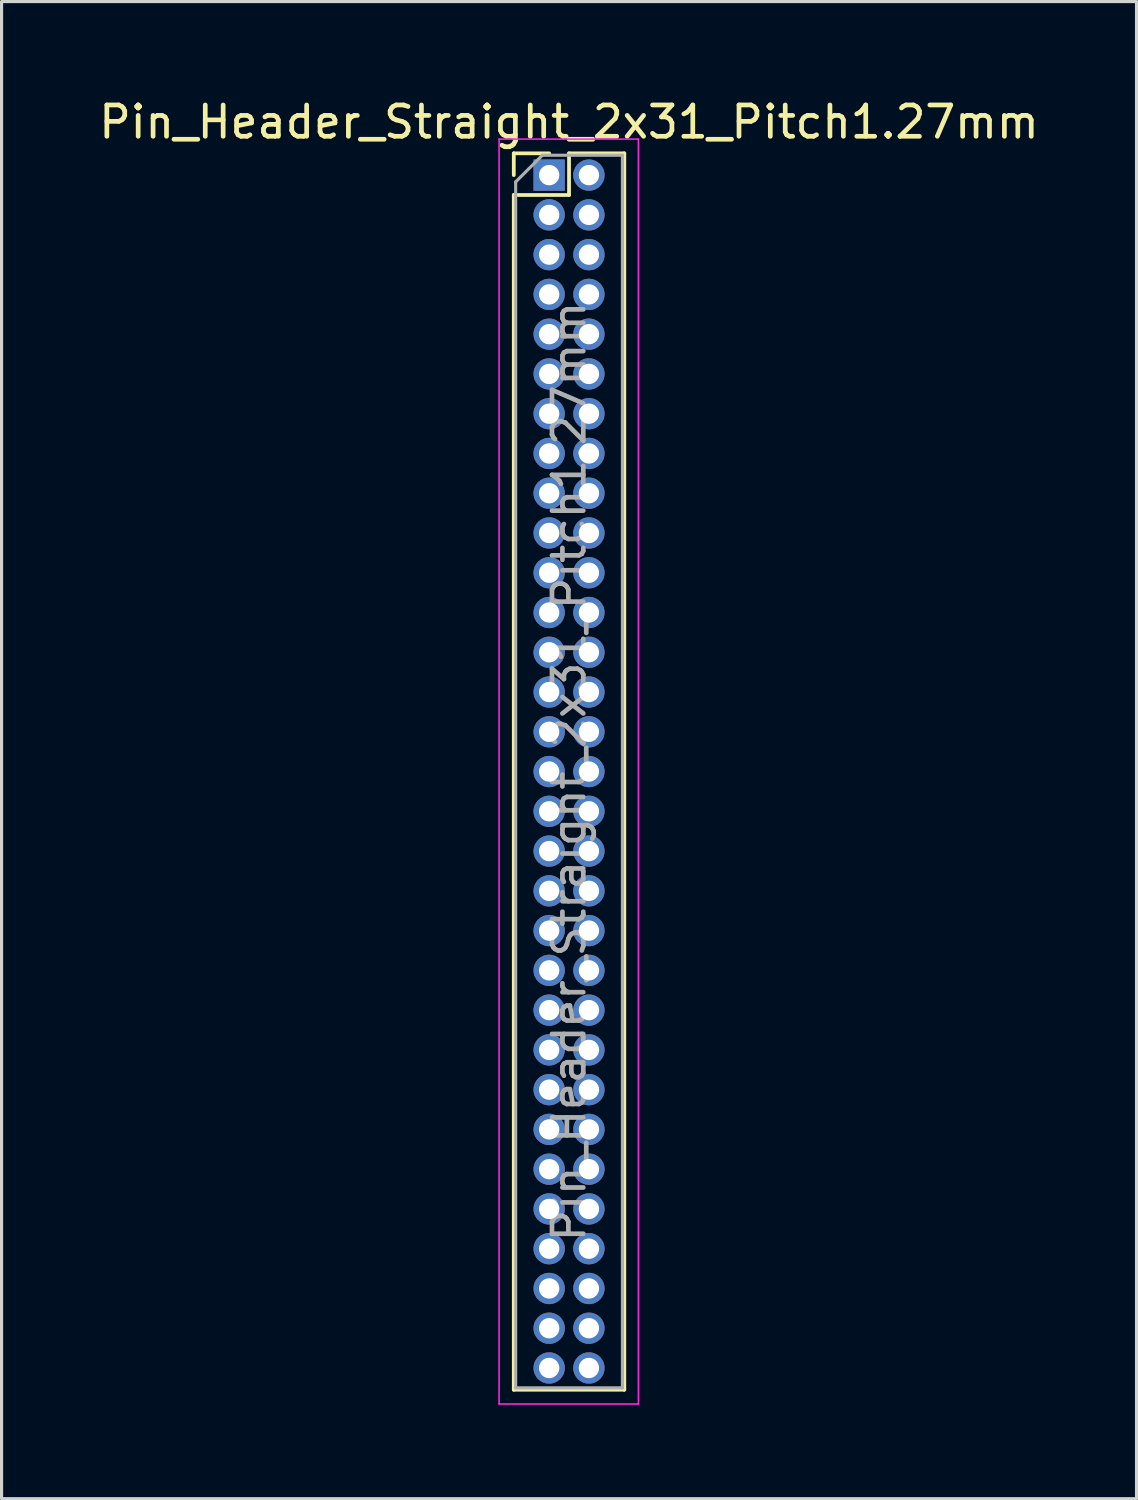
<source format=kicad_pcb>
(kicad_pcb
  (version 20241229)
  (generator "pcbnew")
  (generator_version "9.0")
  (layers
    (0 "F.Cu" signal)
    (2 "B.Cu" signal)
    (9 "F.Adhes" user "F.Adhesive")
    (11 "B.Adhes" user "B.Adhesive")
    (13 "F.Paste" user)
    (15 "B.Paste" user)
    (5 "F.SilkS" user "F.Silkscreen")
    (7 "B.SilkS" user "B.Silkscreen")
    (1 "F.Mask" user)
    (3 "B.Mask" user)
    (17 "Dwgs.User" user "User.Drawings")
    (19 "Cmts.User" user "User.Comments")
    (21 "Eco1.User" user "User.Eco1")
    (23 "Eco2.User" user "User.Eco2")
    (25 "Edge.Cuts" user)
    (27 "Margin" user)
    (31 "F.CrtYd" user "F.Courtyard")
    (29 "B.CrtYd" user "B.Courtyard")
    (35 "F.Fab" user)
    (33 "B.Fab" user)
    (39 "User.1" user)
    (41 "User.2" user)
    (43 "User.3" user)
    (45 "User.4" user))
  (footprint "Pin_Header_Straight_2x31_Pitch1.27mm"
    (layer "F.Cu")
    (at 14.49 2.543)
    (property "Reference" "Pin_Header_Straight_2x31_Pitch1.27mm" (at 0.635 -1.695 0) (layer "F.SilkS") (effects (font (size 1 1) (thickness 0.15))))
    (attr through_hole)
    (fp_line (start -1.13 -0.695) (end 0 -0.695) (stroke (width 0.12) (type solid)) (layer "F.SilkS"))
    (fp_line (start -1.13 0) (end -1.13 -0.695) (stroke (width 0.12) (type solid)) (layer "F.SilkS"))
    (fp_line (start -1.13 0.635) (end -1.13 38.795) (stroke (width 0.12) (type solid)) (layer "F.SilkS"))
    (fp_line (start -1.13 38.795) (end 2.4 38.795) (stroke (width 0.12) (type solid)) (layer "F.SilkS"))
    (fp_line (start 0.635 -0.695) (end 0.635 0.635) (stroke (width 0.12) (type solid)) (layer "F.SilkS"))
    (fp_line (start 0.635 0.635) (end -1.13 0.635) (stroke (width 0.12) (type solid)) (layer "F.SilkS"))
    (fp_line (start 2.4 -0.695) (end 0.635 -0.695) (stroke (width 0.12) (type solid)) (layer "F.SilkS"))
    (fp_line (start 2.4 38.795) (end 2.4 -0.695) (stroke (width 0.12) (type solid)) (layer "F.SilkS"))
    (fp_line (start -1.6 -1.15) (end -1.6 39.25) (stroke (width 0.05) (type solid)) (layer "F.CrtYd"))
    (fp_line (start -1.6 39.25) (end 2.85 39.25) (stroke (width 0.05) (type solid)) (layer "F.CrtYd"))
    (fp_line (start 2.85 -1.15) (end -1.6 -1.15) (stroke (width 0.05) (type solid)) (layer "F.CrtYd"))
    (fp_line (start 2.85 39.25) (end 2.85 -1.15) (stroke (width 0.05) (type solid)) (layer "F.CrtYd"))
    (fp_line (start -1.07 0.217) (end -0.217 -0.635) (stroke (width 0.1) (type solid)) (layer "F.Fab"))
    (fp_line (start -1.07 38.735) (end -1.07 0.217) (stroke (width 0.1) (type solid)) (layer "F.Fab"))
    (fp_line (start -0.217 -0.635) (end 2.34 -0.635) (stroke (width 0.1) (type solid)) (layer "F.Fab"))
    (fp_line (start 2.34 -0.635) (end 2.34 38.735) (stroke (width 0.1) (type solid)) (layer "F.Fab"))
    (fp_line (start 2.34 38.735) (end -1.07 38.735) (stroke (width 0.1) (type solid)) (layer "F.Fab"))
    (fp_text user "${REFERENCE}" (at 0.635 19.05 90) (layer "F.Fab") (effects (font (size 1 1) (thickness 0.15))))
    (pad "1" thru_hole rect (at 0 0) (size 1 1) (drill 0.65) (layers "*.Cu" "*.Mask"))
    (pad "2" thru_hole oval (at 1.27 0) (size 1 1) (drill 0.65) (layers "*.Cu" "*.Mask"))
    (pad "3" thru_hole oval (at 0 1.27) (size 1 1) (drill 0.65) (layers "*.Cu" "*.Mask"))
    (pad "4" thru_hole oval (at 1.27 1.27) (size 1 1) (drill 0.65) (layers "*.Cu" "*.Mask"))
    (pad "5" thru_hole oval (at 0 2.54) (size 1 1) (drill 0.65) (layers "*.Cu" "*.Mask"))
    (pad "6" thru_hole oval (at 1.27 2.54) (size 1 1) (drill 0.65) (layers "*.Cu" "*.Mask"))
    (pad "7" thru_hole oval (at 0 3.81) (size 1 1) (drill 0.65) (layers "*.Cu" "*.Mask"))
    (pad "8" thru_hole oval (at 1.27 3.81) (size 1 1) (drill 0.65) (layers "*.Cu" "*.Mask"))
    (pad "9" thru_hole oval (at 0 5.08) (size 1 1) (drill 0.65) (layers "*.Cu" "*.Mask"))
    (pad "10" thru_hole oval (at 1.27 5.08) (size 1 1) (drill 0.65) (layers "*.Cu" "*.Mask"))
    (pad "11" thru_hole oval (at 0 6.35) (size 1 1) (drill 0.65) (layers "*.Cu" "*.Mask"))
    (pad "12" thru_hole oval (at 1.27 6.35) (size 1 1) (drill 0.65) (layers "*.Cu" "*.Mask"))
    (pad "13" thru_hole oval (at 0 7.62) (size 1 1) (drill 0.65) (layers "*.Cu" "*.Mask"))
    (pad "14" thru_hole oval (at 1.27 7.62) (size 1 1) (drill 0.65) (layers "*.Cu" "*.Mask"))
    (pad "15" thru_hole oval (at 0 8.89) (size 1 1) (drill 0.65) (layers "*.Cu" "*.Mask"))
    (pad "16" thru_hole oval (at 1.27 8.89) (size 1 1) (drill 0.65) (layers "*.Cu" "*.Mask"))
    (pad "17" thru_hole oval (at 0 10.16) (size 1 1) (drill 0.65) (layers "*.Cu" "*.Mask"))
    (pad "18" thru_hole oval (at 1.27 10.16) (size 1 1) (drill 0.65) (layers "*.Cu" "*.Mask"))
    (pad "19" thru_hole oval (at 0 11.43) (size 1 1) (drill 0.65) (layers "*.Cu" "*.Mask"))
    (pad "20" thru_hole oval (at 1.27 11.43) (size 1 1) (drill 0.65) (layers "*.Cu" "*.Mask"))
    (pad "21" thru_hole oval (at 0 12.7) (size 1 1) (drill 0.65) (layers "*.Cu" "*.Mask"))
    (pad "22" thru_hole oval (at 1.27 12.7) (size 1 1) (drill 0.65) (layers "*.Cu" "*.Mask"))
    (pad "23" thru_hole oval (at 0 13.97) (size 1 1) (drill 0.65) (layers "*.Cu" "*.Mask"))
    (pad "24" thru_hole oval (at 1.27 13.97) (size 1 1) (drill 0.65) (layers "*.Cu" "*.Mask"))
    (pad "25" thru_hole oval (at 0 15.24) (size 1 1) (drill 0.65) (layers "*.Cu" "*.Mask"))
    (pad "26" thru_hole oval (at 1.27 15.24) (size 1 1) (drill 0.65) (layers "*.Cu" "*.Mask"))
    (pad "27" thru_hole oval (at 0 16.51) (size 1 1) (drill 0.65) (layers "*.Cu" "*.Mask"))
    (pad "28" thru_hole oval (at 1.27 16.51) (size 1 1) (drill 0.65) (layers "*.Cu" "*.Mask"))
    (pad "29" thru_hole oval (at 0 17.78) (size 1 1) (drill 0.65) (layers "*.Cu" "*.Mask"))
    (pad "30" thru_hole oval (at 1.27 17.78) (size 1 1) (drill 0.65) (layers "*.Cu" "*.Mask"))
    (pad "31" thru_hole oval (at 0 19.05) (size 1 1) (drill 0.65) (layers "*.Cu" "*.Mask"))
    (pad "32" thru_hole oval (at 1.27 19.05) (size 1 1) (drill 0.65) (layers "*.Cu" "*.Mask"))
    (pad "33" thru_hole oval (at 0 20.32) (size 1 1) (drill 0.65) (layers "*.Cu" "*.Mask"))
    (pad "34" thru_hole oval (at 1.27 20.32) (size 1 1) (drill 0.65) (layers "*.Cu" "*.Mask"))
    (pad "35" thru_hole oval (at 0 21.59) (size 1 1) (drill 0.65) (layers "*.Cu" "*.Mask"))
    (pad "36" thru_hole oval (at 1.27 21.59) (size 1 1) (drill 0.65) (layers "*.Cu" "*.Mask"))
    (pad "37" thru_hole oval (at 0 22.86) (size 1 1) (drill 0.65) (layers "*.Cu" "*.Mask"))
    (pad "38" thru_hole oval (at 1.27 22.86) (size 1 1) (drill 0.65) (layers "*.Cu" "*.Mask"))
    (pad "39" thru_hole oval (at 0 24.13) (size 1 1) (drill 0.65) (layers "*.Cu" "*.Mask"))
    (pad "40" thru_hole oval (at 1.27 24.13) (size 1 1) (drill 0.65) (layers "*.Cu" "*.Mask"))
    (pad "41" thru_hole oval (at 0 25.4) (size 1 1) (drill 0.65) (layers "*.Cu" "*.Mask"))
    (pad "42" thru_hole oval (at 1.27 25.4) (size 1 1) (drill 0.65) (layers "*.Cu" "*.Mask"))
    (pad "43" thru_hole oval (at 0 26.67) (size 1 1) (drill 0.65) (layers "*.Cu" "*.Mask"))
    (pad "44" thru_hole oval (at 1.27 26.67) (size 1 1) (drill 0.65) (layers "*.Cu" "*.Mask"))
    (pad "45" thru_hole oval (at 0 27.94) (size 1 1) (drill 0.65) (layers "*.Cu" "*.Mask"))
    (pad "46" thru_hole oval (at 1.27 27.94) (size 1 1) (drill 0.65) (layers "*.Cu" "*.Mask"))
    (pad "47" thru_hole oval (at 0 29.21) (size 1 1) (drill 0.65) (layers "*.Cu" "*.Mask"))
    (pad "48" thru_hole oval (at 1.27 29.21) (size 1 1) (drill 0.65) (layers "*.Cu" "*.Mask"))
    (pad "49" thru_hole oval (at 0 30.48) (size 1 1) (drill 0.65) (layers "*.Cu" "*.Mask"))
    (pad "50" thru_hole oval (at 1.27 30.48) (size 1 1) (drill 0.65) (layers "*.Cu" "*.Mask"))
    (pad "51" thru_hole oval (at 0 31.75) (size 1 1) (drill 0.65) (layers "*.Cu" "*.Mask"))
    (pad "52" thru_hole oval (at 1.27 31.75) (size 1 1) (drill 0.65) (layers "*.Cu" "*.Mask"))
    (pad "53" thru_hole oval (at 0 33.02) (size 1 1) (drill 0.65) (layers "*.Cu" "*.Mask"))
    (pad "54" thru_hole oval (at 1.27 33.02) (size 1 1) (drill 0.65) (layers "*.Cu" "*.Mask"))
    (pad "55" thru_hole oval (at 0 34.29) (size 1 1) (drill 0.65) (layers "*.Cu" "*.Mask"))
    (pad "56" thru_hole oval (at 1.27 34.29) (size 1 1) (drill 0.65) (layers "*.Cu" "*.Mask"))
    (pad "57" thru_hole oval (at 0 35.56) (size 1 1) (drill 0.65) (layers "*.Cu" "*.Mask"))
    (pad "58" thru_hole oval (at 1.27 35.56) (size 1 1) (drill 0.65) (layers "*.Cu" "*.Mask"))
    (pad "59" thru_hole oval (at 0 36.83) (size 1 1) (drill 0.65) (layers "*.Cu" "*.Mask"))
    (pad "60" thru_hole oval (at 1.27 36.83) (size 1 1) (drill 0.65) (layers "*.Cu" "*.Mask"))
    (pad "61" thru_hole oval (at 0 38.1) (size 1 1) (drill 0.65) (layers "*.Cu" "*.Mask"))
    (pad "62" thru_hole oval (at 1.27 38.1) (size 1 1) (drill 0.65) (layers "*.Cu" "*.Mask")))
  (gr_rect
    (start -3 -3)
    (end 33.25 44.818)
    (stroke (width 0.1) (type default))
    (fill no)
    (layer "Edge.Cuts")))
</source>
